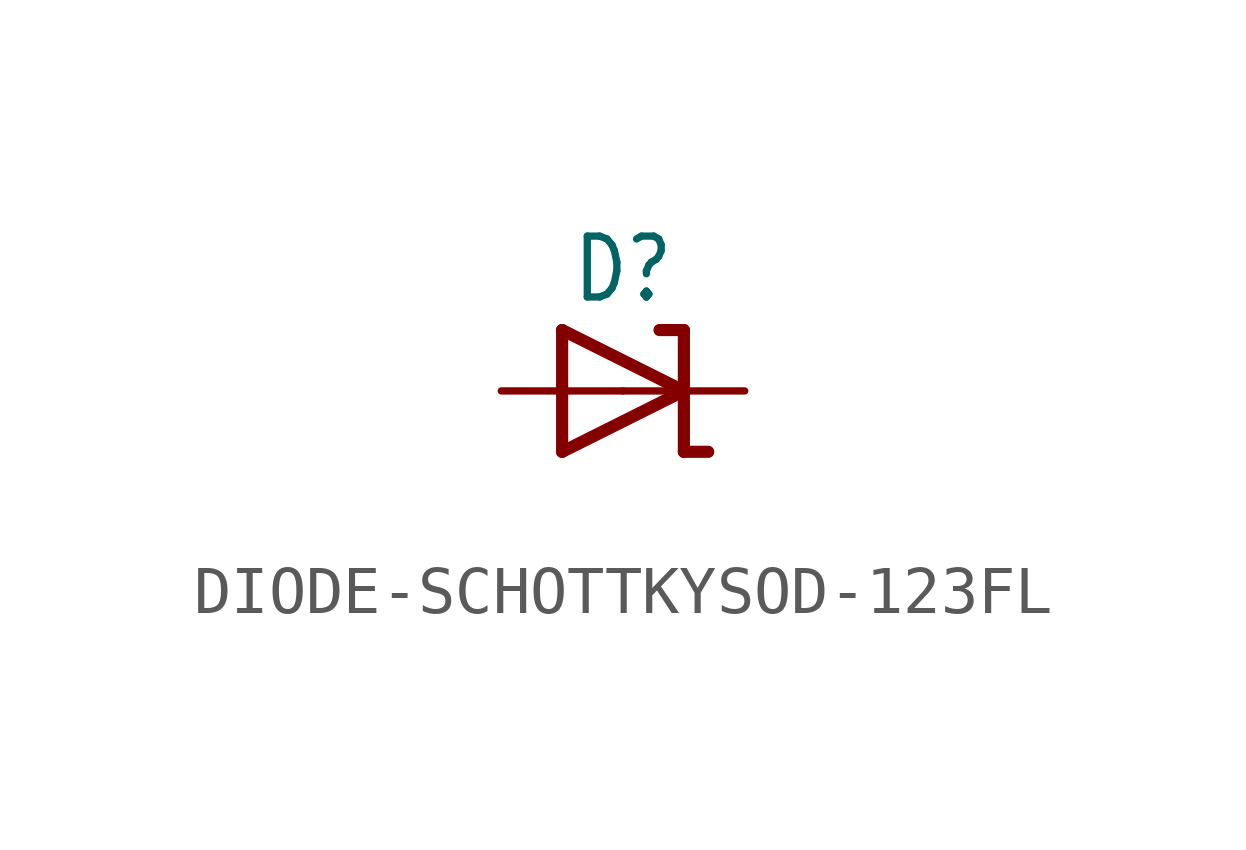
<source format=kicad_sym>
(kicad_symbol_lib
  (version 20220914)
  (generator kicad_symbol_editor)
  (symbol "DIODE-SCHOTTKYSOD-123FL"
    (property "Reference" "D"
      (at 0 2.54 0)
      (effects (font (size 1.27 1.079))))
    (property "Value" ""
      (at 0 -2.5 0)
      (effects (font (size 1.27 1.079))))
    (property "ki_locked" ""
      (at 0 0 0)
      (effects (font (size 1.27 1.27))))
    (symbol "DIODE-SCHOTTKYSOD-123FL_1_0"
      (polyline (pts (xy -1.27 -1.27) (xy 1.27 0)) (stroke (width 0.254) (type solid)) (fill (type none)))
      (polyline (pts (xy -1.27 1.27) (xy -1.27 -1.27)) (stroke (width 0.254) (type solid)) (fill (type none)))
      (polyline (pts (xy 1.27 -1.27) (xy 1.778 -1.27)) (stroke (width 0.254) (type solid)) (fill (type none)))
      (polyline (pts (xy 1.27 0) (xy -1.27 1.27)) (stroke (width 0.254) (type solid)) (fill (type none)))
      (polyline (pts (xy 1.27 0) (xy 1.27 -1.27)) (stroke (width 0.254) (type solid)) (fill (type none)))
      (polyline (pts (xy 1.27 1.27) (xy 0.762 1.27)) (stroke (width 0.254) (type solid)) (fill (type none)))
      (polyline (pts (xy 1.27 1.27) (xy 1.27 0)) (stroke (width 0.254) (type solid)) (fill (type none)))
      (pin passive line (at -2.54 0 0) (length 2.54) (name "A" (effects (font (size 0 0)))) (number "A" (effects (font (size 0 0)))))
      (pin passive line (at 2.54 0 180) (length 2.54) (name "C" (effects (font (size 0 0)))) (number "C" (effects (font (size 0 0))))))))
</source>
